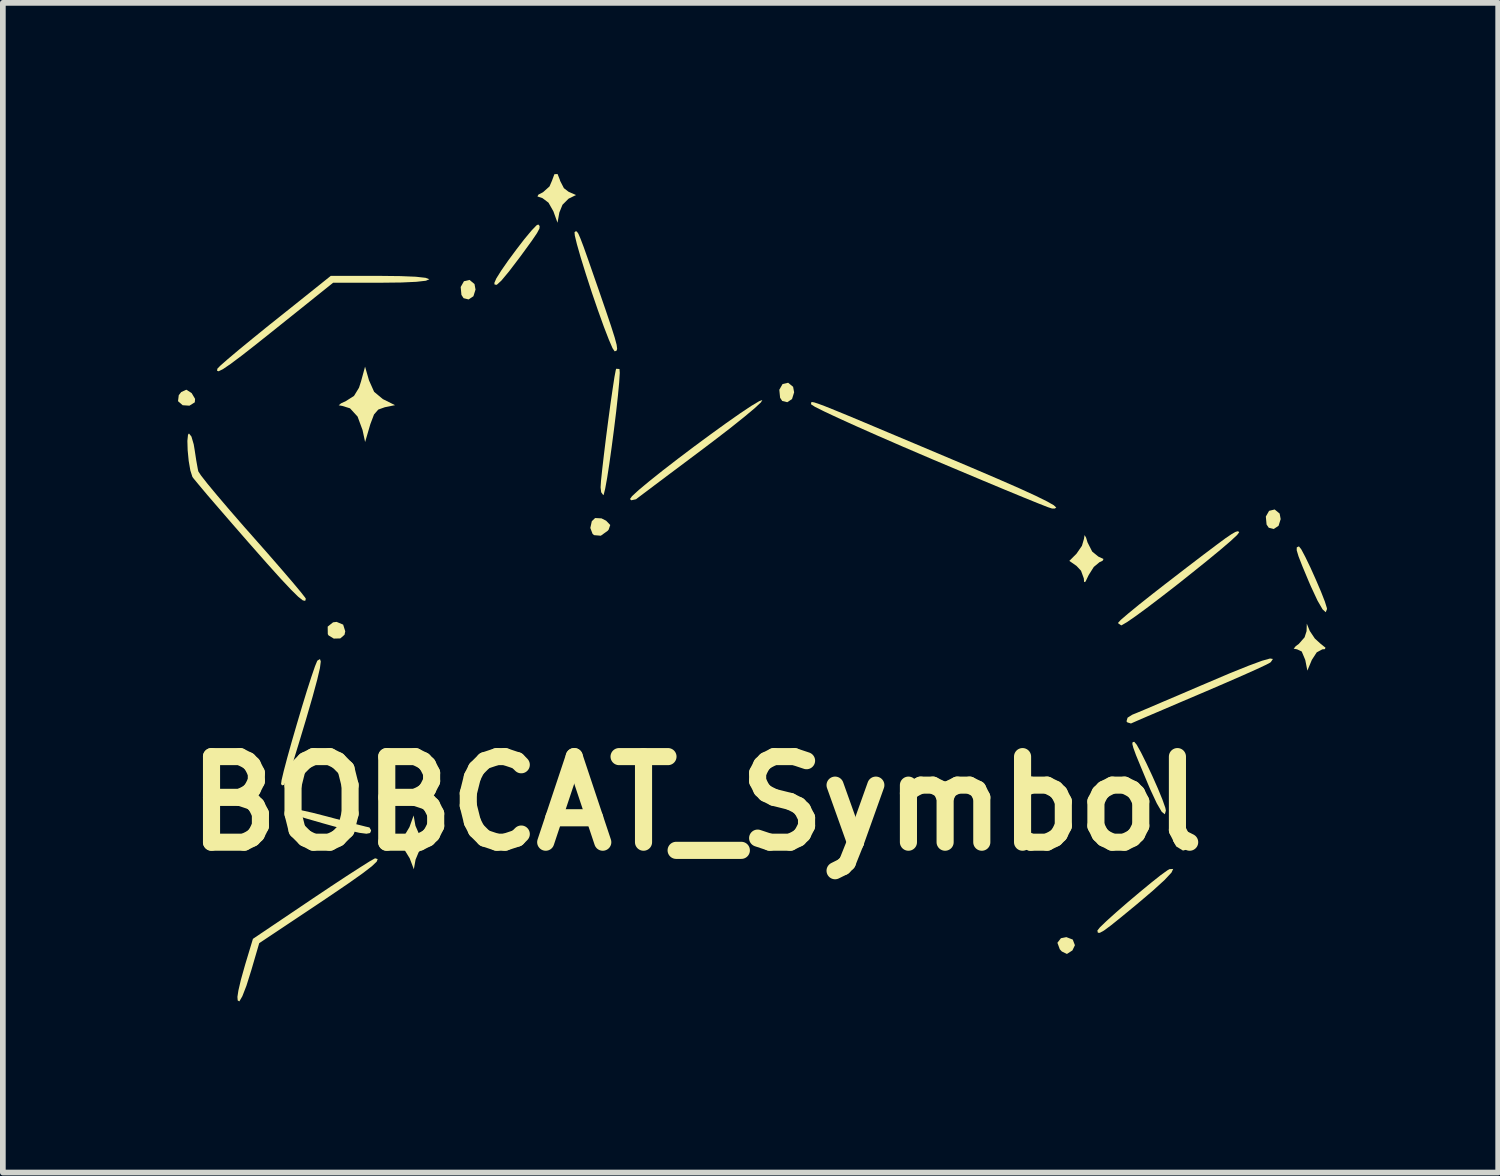
<source format=kicad_pcb>
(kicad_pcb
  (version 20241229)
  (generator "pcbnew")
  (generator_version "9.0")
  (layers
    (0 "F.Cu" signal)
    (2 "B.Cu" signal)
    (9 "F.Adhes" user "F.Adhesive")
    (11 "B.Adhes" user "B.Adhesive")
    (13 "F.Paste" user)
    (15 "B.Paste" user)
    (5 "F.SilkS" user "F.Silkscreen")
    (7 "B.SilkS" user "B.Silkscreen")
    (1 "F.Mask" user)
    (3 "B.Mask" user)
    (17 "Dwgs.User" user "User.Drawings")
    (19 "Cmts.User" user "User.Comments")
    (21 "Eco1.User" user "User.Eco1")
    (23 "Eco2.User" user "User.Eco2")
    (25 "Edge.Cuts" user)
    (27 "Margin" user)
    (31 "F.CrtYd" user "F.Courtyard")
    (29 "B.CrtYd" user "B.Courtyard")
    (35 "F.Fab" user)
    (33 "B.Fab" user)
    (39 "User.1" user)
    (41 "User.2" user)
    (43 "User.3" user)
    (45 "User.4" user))
  (footprint "BOBCAT_Symbol"
    (layer "F.Cu")
    (at 9.157 11.032)
    (property "Reference" "BOBCAT_Symbol" (at 0 0 0) (layer "F.SilkS") (effects (font (size 1.5 1.5) (thickness 0.3))))
    (attr board_only exclude_from_pos_files exclude_from_bom)
    (fp_poly (pts (xy -3.891 -9.104) (xy -3.873 -9.007) (xy -3.91 -8.89) (xy -3.994 -8.834) (xy -4.082 -8.856) (xy -4.12 -8.913) (xy -4.133 -9.052) (xy -4.076 -9.153) (xy -3.978 -9.176)) (stroke (width 0) (type solid)) (fill yes) (layer "F.SilkS"))
    (fp_poly (pts (xy 1.693 -7.303) (xy 1.711 -7.206) (xy 1.674 -7.088) (xy 1.591 -7.033) (xy 1.502 -7.055) (xy 1.465 -7.111) (xy 1.451 -7.251) (xy 1.508 -7.351) (xy 1.606 -7.374)) (stroke (width 0) (type solid)) (fill yes) (layer "F.SilkS"))
    (fp_poly (pts (xy 6.594 2.385) (xy 6.632 2.484) (xy 6.588 2.575) (xy 6.492 2.637) (xy 6.403 2.594) (xy 6.367 2.555) (xy 6.325 2.441) (xy 6.387 2.361) (xy 6.482 2.342)) (stroke (width 0) (type solid)) (fill yes) (layer "F.SilkS"))
    (fp_poly (pts (xy 10.22 -5.081) (xy 10.238 -4.984) (xy 10.201 -4.867) (xy 10.117 -4.811) (xy 10.029 -4.833) (xy 9.991 -4.889) (xy 9.978 -5.029) (xy 10.035 -5.129) (xy 10.133 -5.153)) (stroke (width 0) (type solid)) (fill yes) (layer "F.SilkS"))
    (fp_poly (pts (xy -6.193 -3.135) (xy -6.156 -3.018) (xy -6.169 -2.957) (xy -6.243 -2.893) (xy -6.357 -2.89) (xy -6.449 -2.946) (xy -6.462 -2.969) (xy -6.464 -3.1) (xy -6.37 -3.175) (xy -6.308 -3.183)) (stroke (width 0) (type solid)) (fill yes) (layer "F.SilkS"))
    (fp_poly (pts (xy -8.85 -7.194) (xy -8.847 -7.191) (xy -8.788 -7.091) (xy -8.793 -7.031) (xy -8.887 -6.972) (xy -9.006 -6.98) (xy -9.087 -7.051) (xy -9.087 -7.051) (xy -9.074 -7.156) (xy -9.031 -7.211) (xy -8.941 -7.252)) (stroke (width 0) (type solid)) (fill yes) (layer "F.SilkS"))
    (fp_poly (pts (xy -1.665 -4.997) (xy -1.584 -4.956) (xy -1.512 -4.881) (xy -1.539 -4.801) (xy -1.556 -4.78) (xy -1.677 -4.693) (xy -1.795 -4.703) (xy -1.821 -4.724) (xy -1.861 -4.829) (xy -1.835 -4.947) (xy -1.777 -5.003)) (stroke (width 0) (type solid)) (fill yes) (layer "F.SilkS"))
    (fp_poly (pts (xy 8.649 0.523) (xy 8.698 0.629) (xy 8.696 0.675) (xy 8.635 0.796) (xy 8.526 0.825) (xy 8.408 0.753) (xy 8.406 0.75) (xy 8.359 0.66) (xy 8.408 0.574) (xy 8.422 0.559) (xy 8.544 0.495)) (stroke (width 0) (type solid)) (fill yes) (layer "F.SilkS"))
    (fp_poly (pts (xy -4.926 0.39) (xy -4.856 0.551) (xy -4.764 0.628) (xy -4.634 0.685) (xy -4.764 0.749) (xy -4.87 0.854) (xy -4.924 0.984) (xy -4.954 1.153) (xy -5.026 0.962) (xy -5.119 0.81) (xy -5.231 0.736) (xy -5.365 0.701) (xy -5.232 0.652) (xy -5.12 0.563) (xy -5.032 0.416) (xy -5.028 0.406) (xy -4.958 0.21)) (stroke (width 0) (type solid)) (fill yes) (layer "F.SilkS"))
    (fp_poly (pts (xy 10.748 -3.024) (xy 10.837 -2.891) (xy 10.938 -2.799) (xy 11.024 -2.73) (xy 11.012 -2.705) (xy 10.969 -2.702) (xy 10.87 -2.649) (xy 10.784 -2.516) (xy 10.706 -2.329) (xy 10.669 -2.516) (xy 10.607 -2.664) (xy 10.526 -2.702) (xy 10.466 -2.713) (xy 10.502 -2.757) (xy 10.555 -2.796) (xy 10.657 -2.912) (xy 10.692 -3.021) (xy 10.696 -3.152)) (stroke (width 0) (type solid)) (fill yes) (layer "F.SilkS"))
    (fp_poly (pts (xy -2.749 -10.121) (xy -2.753 -10.076) (xy -2.795 -9.997) (xy -2.885 -9.864) (xy -3.034 -9.659) (xy -3.092 -9.58) (xy -3.285 -9.326) (xy -3.419 -9.165) (xy -3.501 -9.09) (xy -3.539 -9.095) (xy -3.543 -9.123) (xy -3.51 -9.2) (xy -3.423 -9.339) (xy -3.3 -9.516) (xy -3.158 -9.708) (xy -3.017 -9.891) (xy -2.893 -10.04) (xy -2.806 -10.131) (xy -2.774 -10.148)) (stroke (width 0) (type solid)) (fill yes) (layer "F.SilkS"))
    (fp_poly (pts (xy 10.6 -4.453) (xy 10.671 -4.319) (xy 10.761 -4.132) (xy 10.856 -3.92) (xy 10.945 -3.712) (xy 11.013 -3.538) (xy 11.048 -3.425) (xy 11.05 -3.408) (xy 11.028 -3.352) (xy 10.972 -3.403) (xy 10.883 -3.557) (xy 10.767 -3.806) (xy 10.731 -3.889) (xy 10.619 -4.157) (xy 10.55 -4.334) (xy 10.519 -4.438) (xy 10.52 -4.488) (xy 10.549 -4.503) (xy 10.56 -4.504)) (stroke (width 0) (type solid)) (fill yes) (layer "F.SilkS"))
    (fp_poly (pts (xy -2.392 -10.923) (xy -2.391 -10.914) (xy -2.324 -10.784) (xy -2.242 -10.721) (xy -2.112 -10.664) (xy -2.242 -10.6) (xy -2.349 -10.493) (xy -2.404 -10.357) (xy -2.436 -10.178) (xy -2.508 -10.378) (xy -2.594 -10.53) (xy -2.702 -10.611) (xy -2.704 -10.611) (xy -2.788 -10.639) (xy -2.771 -10.671) (xy -2.69 -10.713) (xy -2.576 -10.815) (xy -2.533 -10.915) (xy -2.491 -11.029) (xy -2.435 -11.032)) (stroke (width 0) (type solid)) (fill yes) (layer "F.SilkS"))
    (fp_poly (pts (xy 6.827 -4.661) (xy 6.853 -4.576) (xy 6.935 -4.415) (xy 7.043 -4.327) (xy 7.133 -4.285) (xy 7.116 -4.253) (xy 7.064 -4.23) (xy 6.963 -4.146) (xy 6.874 -4.005) (xy 6.871 -3.999) (xy 6.817 -3.887) (xy 6.793 -3.88) (xy 6.788 -3.945) (xy 6.739 -4.079) (xy 6.66 -4.164) (xy 6.534 -4.252) (xy 6.66 -4.378) (xy 6.755 -4.516) (xy 6.791 -4.639) (xy 6.801 -4.704)) (stroke (width 0) (type solid)) (fill yes) (layer "F.SilkS"))
    (fp_poly (pts (xy 7.715 -1.03) (xy 7.79 -0.895) (xy 7.885 -0.704) (xy 7.988 -0.484) (xy 8.086 -0.263) (xy 8.166 -0.068) (xy 8.216 0.074) (xy 8.226 0.124) (xy 8.208 0.189) (xy 8.153 0.145) (xy 8.067 -0.002) (xy 7.953 -0.246) (xy 7.911 -0.345) (xy 7.787 -0.642) (xy 7.703 -0.846) (xy 7.656 -0.975) (xy 7.638 -1.045) (xy 7.644 -1.075) (xy 7.669 -1.081) (xy 7.672 -1.081)) (stroke (width 0) (type solid)) (fill yes) (layer "F.SilkS"))
    (fp_poly (pts (xy 8.325 1.21) (xy 8.204 1.34) (xy 7.992 1.533) (xy 7.721 1.763) (xy 7.454 1.983) (xy 7.265 2.135) (xy 7.141 2.227) (xy 7.068 2.267) (xy 7.034 2.265) (xy 7.026 2.229) (xy 7.026 2.226) (xy 7.069 2.172) (xy 7.185 2.06) (xy 7.354 1.908) (xy 7.553 1.735) (xy 7.764 1.557) (xy 7.964 1.392) (xy 8.134 1.257) (xy 8.252 1.172) (xy 8.289 1.151) (xy 8.354 1.147)) (stroke (width 0) (type solid)) (fill yes) (layer "F.SilkS"))
    (fp_poly (pts (xy -5.74 -7.416) (xy -5.65 -7.215) (xy -5.498 -7.088) (xy -5.478 -7.078) (xy -5.284 -6.981) (xy -5.462 -6.945) (xy -5.577 -6.904) (xy -5.652 -6.818) (xy -5.715 -6.652) (xy -5.724 -6.622) (xy -5.808 -6.335) (xy -5.853 -6.545) (xy -5.94 -6.781) (xy -6.073 -6.926) (xy -6.209 -6.968) (xy -6.271 -6.979) (xy -6.23 -7.013) (xy -6.143 -7.054) (xy -6.003 -7.143) (xy -5.915 -7.287) (xy -5.88 -7.396) (xy -5.809 -7.656)) (stroke (width 0) (type solid)) (fill yes) (layer "F.SilkS"))
    (fp_poly (pts (xy -7.119 0.083) (xy -6.958 0.111) (xy -6.73 0.162) (xy -6.457 0.232) (xy -6.455 0.233) (xy -6.183 0.305) (xy -5.956 0.365) (xy -5.798 0.405) (xy -5.732 0.42) (xy -5.732 0.42) (xy -5.705 0.467) (xy -5.704 0.48) (xy -5.722 0.518) (xy -5.785 0.53) (xy -5.908 0.514) (xy -6.109 0.468) (xy -6.402 0.388) (xy -6.545 0.348) (xy -6.84 0.263) (xy -7.036 0.203) (xy -7.151 0.161) (xy -7.202 0.13) (xy -7.205 0.103) (xy -7.188 0.083)) (stroke (width 0) (type solid)) (fill yes) (layer "F.SilkS"))
    (fp_poly (pts (xy -1.35 -7.615) (xy -1.345 -7.547) (xy -1.355 -7.384) (xy -1.377 -7.15) (xy -1.408 -6.868) (xy -1.446 -6.559) (xy -1.487 -6.246) (xy -1.528 -5.953) (xy -1.567 -5.701) (xy -1.601 -5.515) (xy -1.626 -5.415) (xy -1.634 -5.404) (xy -1.671 -5.455) (xy -1.681 -5.539) (xy -1.674 -5.653) (xy -1.653 -5.852) (xy -1.623 -6.11) (xy -1.587 -6.405) (xy -1.547 -6.713) (xy -1.507 -7.01) (xy -1.469 -7.272) (xy -1.438 -7.475) (xy -1.415 -7.596) (xy -1.408 -7.619)) (stroke (width 0) (type solid)) (fill yes) (layer "F.SilkS"))
    (fp_poly (pts (xy -6.585 -2.489) (xy -6.6 -2.372) (xy -6.648 -2.168) (xy -6.729 -1.869) (xy -6.846 -1.466) (xy -6.855 -1.436) (xy -6.977 -1.031) (xy -7.07 -0.729) (xy -7.141 -0.519) (xy -7.194 -0.389) (xy -7.232 -0.326) (xy -7.262 -0.318) (xy -7.281 -0.34) (xy -7.272 -0.409) (xy -7.234 -0.57) (xy -7.173 -0.801) (xy -7.095 -1.08) (xy -7.007 -1.383) (xy -6.916 -1.69) (xy -6.828 -1.977) (xy -6.749 -2.222) (xy -6.687 -2.403) (xy -6.648 -2.498) (xy -6.643 -2.505) (xy -6.599 -2.531)) (stroke (width 0) (type solid)) (fill yes) (layer "F.SilkS"))
    (fp_poly (pts (xy -5.588 0.974) (xy -5.605 1.019) (xy -5.691 1.101) (xy -5.854 1.226) (xy -6.1 1.4) (xy -6.437 1.629) (xy -6.624 1.755) (xy -7.664 2.448) (xy -7.802 2.92) (xy -7.888 3.194) (xy -7.96 3.379) (xy -8.012 3.468) (xy -8.041 3.452) (xy -8.046 3.39) (xy -8.029 3.278) (xy -7.985 3.089) (xy -7.921 2.861) (xy -7.91 2.822) (xy -7.774 2.372) (xy -6.726 1.666) (xy -6.412 1.456) (xy -6.131 1.271) (xy -5.898 1.121) (xy -5.73 1.015) (xy -5.64 0.964) (xy -5.631 0.961)) (stroke (width 0) (type solid)) (fill yes) (layer "F.SilkS"))
    (fp_poly (pts (xy -2.098 -10.025) (xy -2.071 -9.987) (xy -2.033 -9.899) (xy -1.976 -9.749) (xy -1.895 -9.52) (xy -1.783 -9.198) (xy -1.72 -9.018) (xy -1.59 -8.641) (xy -1.496 -8.362) (xy -1.434 -8.167) (xy -1.4 -8.04) (xy -1.391 -7.968) (xy -1.402 -7.935) (xy -1.43 -7.926) (xy -1.436 -7.926) (xy -1.472 -7.98) (xy -1.537 -8.131) (xy -1.625 -8.359) (xy -1.729 -8.648) (xy -1.833 -8.951) (xy -1.94 -9.281) (xy -2.03 -9.571) (xy -2.096 -9.802) (xy -2.133 -9.955) (xy -2.138 -10.012) (xy -2.118 -10.028)) (stroke (width 0) (type solid)) (fill yes) (layer "F.SilkS"))
    (fp_poly (pts (xy 1.129 -7.03) (xy 1.02 -6.928) (xy 0.838 -6.776) (xy 0.597 -6.583) (xy 0.308 -6.361) (xy 0.118 -6.217) (xy -0.202 -5.977) (xy -0.492 -5.76) (xy -0.737 -5.576) (xy -0.923 -5.436) (xy -1.036 -5.351) (xy -1.06 -5.332) (xy -1.143 -5.314) (xy -1.166 -5.336) (xy -1.13 -5.386) (xy -1.013 -5.494) (xy -0.829 -5.647) (xy -0.596 -5.833) (xy -0.328 -6.04) (xy -0.042 -6.256) (xy 0.247 -6.469) (xy 0.521 -6.667) (xy 0.765 -6.838) (xy 0.963 -6.97) (xy 1.099 -7.051) (xy 1.154 -7.071)) (stroke (width 0) (type solid)) (fill yes) (layer "F.SilkS"))
    (fp_poly (pts (xy -5.19 -9.243) (xy -4.92 -9.232) (xy -4.748 -9.213) (xy -4.684 -9.189) (xy -4.684 -9.187) (xy -4.742 -9.162) (xy -4.909 -9.143) (xy -5.173 -9.131) (xy -5.524 -9.127) (xy -5.526 -9.127) (xy -6.368 -9.127) (xy -7.342 -8.347) (xy -7.698 -8.063) (xy -7.97 -7.85) (xy -8.168 -7.702) (xy -8.3 -7.612) (xy -8.376 -7.575) (xy -8.403 -7.584) (xy -8.397 -7.621) (xy -8.346 -7.673) (xy -8.215 -7.788) (xy -8.018 -7.954) (xy -7.769 -8.158) (xy -7.483 -8.39) (xy -7.393 -8.461) (xy -6.41 -9.247) (xy -5.547 -9.247)) (stroke (width 0) (type solid)) (fill yes) (layer "F.SilkS"))
    (fp_poly (pts (xy 9.504 -4.764) (xy 9.511 -4.754) (xy 9.475 -4.706) (xy 9.359 -4.598) (xy 9.18 -4.445) (xy 8.954 -4.259) (xy 8.698 -4.053) (xy 8.429 -3.839) (xy 8.162 -3.632) (xy 7.915 -3.444) (xy 7.703 -3.288) (xy 7.544 -3.178) (xy 7.453 -3.125) (xy 7.443 -3.122) (xy 7.39 -3.158) (xy 7.389 -3.167) (xy 7.435 -3.217) (xy 7.562 -3.326) (xy 7.753 -3.483) (xy 7.993 -3.673) (xy 8.211 -3.843) (xy 8.59 -4.135) (xy 8.886 -4.361) (xy 9.108 -4.528) (xy 9.267 -4.646) (xy 9.376 -4.72) (xy 9.444 -4.759) (xy 9.483 -4.771)) (stroke (width 0) (type solid)) (fill yes) (layer "F.SilkS"))
    (fp_poly (pts (xy 10.102 -2.533) (xy 10.068 -2.482) (xy 10.054 -2.469) (xy 9.984 -2.432) (xy 9.82 -2.355) (xy 9.581 -2.248) (xy 9.281 -2.117) (xy 8.94 -1.97) (xy 8.827 -1.922) (xy 8.477 -1.773) (xy 8.166 -1.64) (xy 7.908 -1.53) (xy 7.723 -1.45) (xy 7.625 -1.407) (xy 7.615 -1.402) (xy 7.552 -1.421) (xy 7.536 -1.44) (xy 7.555 -1.504) (xy 7.637 -1.556) (xy 7.733 -1.595) (xy 7.921 -1.674) (xy 8.18 -1.785) (xy 8.493 -1.918) (xy 8.84 -2.067) (xy 8.911 -2.097) (xy 9.346 -2.282) (xy 9.679 -2.416) (xy 9.912 -2.502) (xy 10.052 -2.541)) (stroke (width 0) (type solid)) (fill yes) (layer "F.SilkS"))
    (fp_poly (pts (xy 2.064 -7.029) (xy 2.135 -7.006) (xy 2.25 -6.963) (xy 2.419 -6.895) (xy 2.651 -6.8) (xy 2.957 -6.672) (xy 3.346 -6.508) (xy 3.829 -6.305) (xy 4.218 -6.141) (xy 4.802 -5.894) (xy 5.281 -5.689) (xy 5.66 -5.523) (xy 5.946 -5.392) (xy 6.144 -5.294) (xy 6.262 -5.227) (xy 6.305 -5.186) (xy 6.279 -5.169) (xy 6.23 -5.17) (xy 6.159 -5.193) (xy 5.991 -5.259) (xy 5.737 -5.362) (xy 5.412 -5.496) (xy 5.026 -5.657) (xy 4.593 -5.839) (xy 4.125 -6.036) (xy 4.081 -6.055) (xy 3.614 -6.255) (xy 3.184 -6.442) (xy 2.803 -6.611) (xy 2.483 -6.756) (xy 2.236 -6.872) (xy 2.074 -6.953) (xy 2.01 -6.994) (xy 2.009 -6.996) (xy 2.008 -7.015) (xy 2.01 -7.03) (xy 2.025 -7.036)) (stroke (width 0) (type solid)) (fill yes) (layer "F.SilkS"))
    (fp_poly (pts (xy -8.852 -6.431) (xy -8.812 -6.295) (xy -8.796 -6.2) (xy -8.767 -6.01) (xy -8.74 -5.86) (xy -8.731 -5.82) (xy -8.685 -5.75) (xy -8.571 -5.604) (xy -8.399 -5.397) (xy -8.182 -5.142) (xy -7.931 -4.853) (xy -7.777 -4.679) (xy -7.514 -4.381) (xy -7.28 -4.112) (xy -7.085 -3.885) (xy -6.942 -3.714) (xy -6.861 -3.611) (xy -6.847 -3.588) (xy -6.858 -3.551) (xy -6.9 -3.56) (xy -6.981 -3.624) (xy -7.108 -3.749) (xy -7.29 -3.943) (xy -7.533 -4.213) (xy -7.845 -4.567) (xy -7.872 -4.598) (xy -8.136 -4.901) (xy -8.374 -5.176) (xy -8.575 -5.409) (xy -8.725 -5.588) (xy -8.815 -5.697) (xy -8.835 -5.724) (xy -8.871 -5.837) (xy -8.9 -6.005) (xy -8.918 -6.19) (xy -8.923 -6.355) (xy -8.912 -6.463) (xy -8.895 -6.485)) (stroke (width 0) (type solid)) (fill yes) (layer "F.SilkS")))
  (gr_rect
    (start -3 -3)
    (end 23.207 17.5)
    (stroke (width 0.1) (type default))
    (fill no)
    (layer "Edge.Cuts")))
</source>
